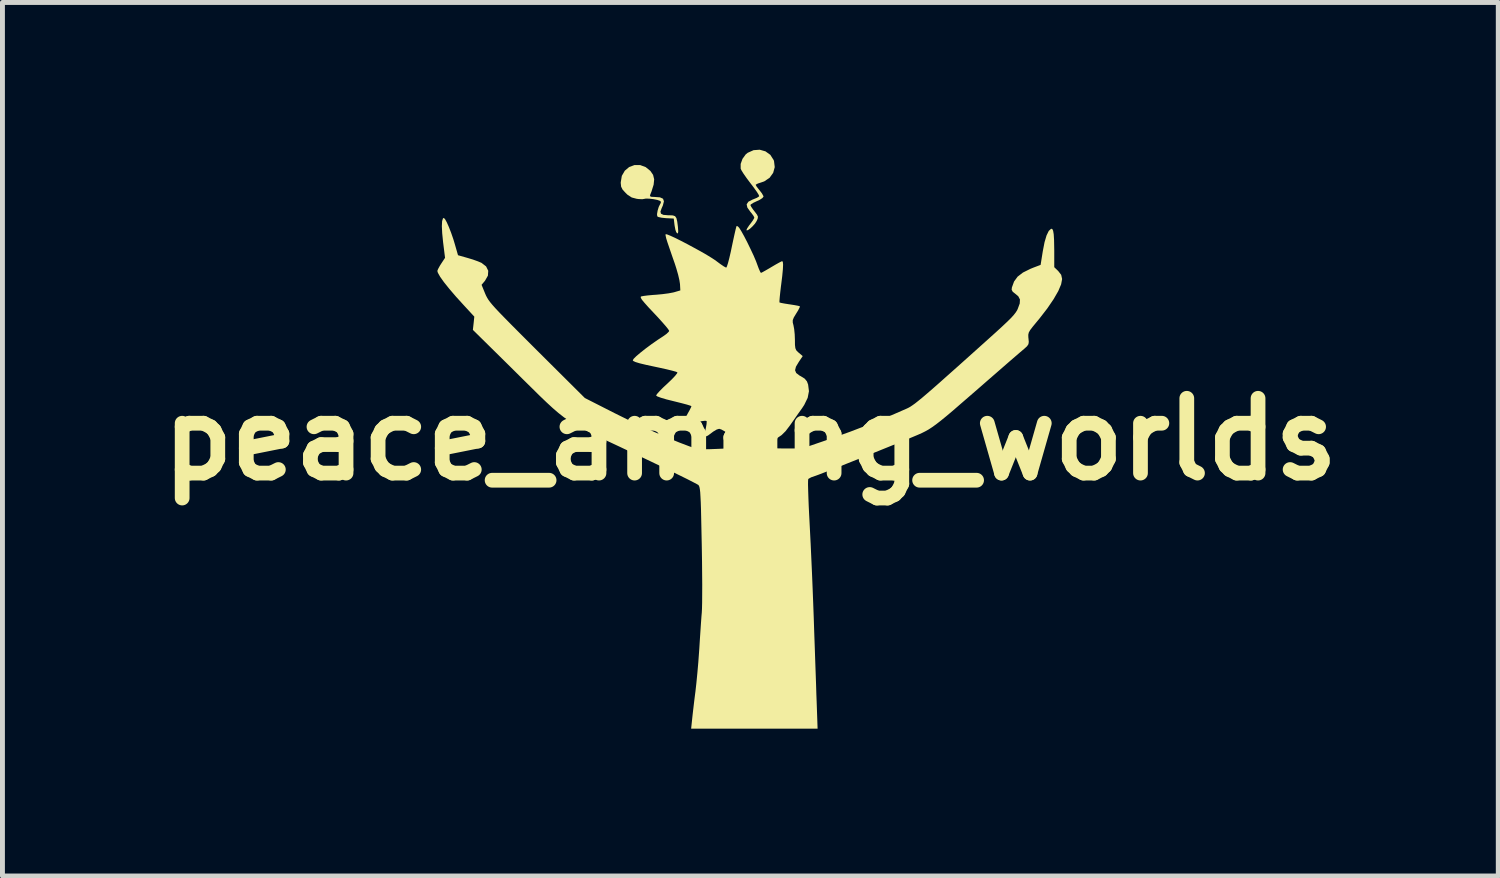
<source format=kicad_pcb>
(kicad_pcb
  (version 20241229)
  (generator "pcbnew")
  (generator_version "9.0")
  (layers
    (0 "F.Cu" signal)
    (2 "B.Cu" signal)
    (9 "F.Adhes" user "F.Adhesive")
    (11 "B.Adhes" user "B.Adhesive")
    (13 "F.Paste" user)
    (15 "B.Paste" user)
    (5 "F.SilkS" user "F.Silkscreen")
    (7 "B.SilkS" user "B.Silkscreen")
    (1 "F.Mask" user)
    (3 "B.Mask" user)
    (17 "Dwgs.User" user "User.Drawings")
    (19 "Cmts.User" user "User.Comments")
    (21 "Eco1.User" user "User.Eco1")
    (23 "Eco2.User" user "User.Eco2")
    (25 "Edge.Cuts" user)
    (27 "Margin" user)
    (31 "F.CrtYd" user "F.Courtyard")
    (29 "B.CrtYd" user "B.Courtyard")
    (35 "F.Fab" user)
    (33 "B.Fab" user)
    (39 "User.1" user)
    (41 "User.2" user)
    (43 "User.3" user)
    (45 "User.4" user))
  (footprint "peace_among_worlds"
    (layer "F.Cu")
    (at 12.236 5.898)
    (property "Reference" "peace_among_worlds" (at 0 0 0) (layer "F.SilkS") (effects (font (size 1.524 1.524) (thickness 0.3))))
    (attr board_only exclude_from_pos_files exclude_from_bom)
    (fp_poly (pts (xy -2.133 -5.544) (xy -2.037 -5.466) (xy -1.982 -5.386) (xy -1.96 -5.295) (xy -1.971 -5.186) (xy -2.014 -5.048) (xy -2.04 -4.983) (xy -2.046 -4.953) (xy -2.02 -4.939) (xy -1.953 -4.936) (xy -1.842 -4.928) (xy -1.78 -4.9) (xy -1.761 -4.847) (xy -1.783 -4.762) (xy -1.807 -4.708) (xy -1.832 -4.639) (xy -1.822 -4.595) (xy -1.772 -4.571) (xy -1.677 -4.563) (xy -1.65 -4.563) (xy -1.579 -4.56) (xy -1.534 -4.544) (xy -1.507 -4.505) (xy -1.49 -4.433) (xy -1.477 -4.333) (xy -1.47 -4.239) (xy -1.475 -4.194) (xy -1.495 -4.199) (xy -1.512 -4.222) (xy -1.528 -4.268) (xy -1.542 -4.343) (xy -1.547 -4.376) (xy -1.561 -4.496) (xy -1.72 -4.504) (xy -1.808 -4.513) (xy -1.873 -4.527) (xy -1.897 -4.541) (xy -1.902 -4.585) (xy -1.89 -4.657) (xy -1.867 -4.733) (xy -1.838 -4.792) (xy -1.833 -4.798) (xy -1.82 -4.835) (xy -1.841 -4.856) (xy -1.894 -4.875) (xy -1.973 -4.891) (xy -2.058 -4.901) (xy -2.128 -4.903) (xy -2.16 -4.897) (xy -2.201 -4.89) (xy -2.274 -4.893) (xy -2.315 -4.898) (xy -2.417 -4.925) (xy -2.502 -4.98) (xy -2.541 -5.017) (xy -2.603 -5.085) (xy -2.633 -5.145) (xy -2.641 -5.219) (xy -2.641 -5.233) (xy -2.619 -5.366) (xy -2.558 -5.471) (xy -2.47 -5.545) (xy -2.363 -5.585) (xy -2.247 -5.586)) (stroke (width 0) (type solid)) (fill yes) (layer "F.SilkS"))
    (fp_poly (pts (xy 0.307 -5.865) (xy 0.406 -5.794) (xy 0.473 -5.689) (xy 0.481 -5.669) (xy 0.496 -5.544) (xy 0.464 -5.427) (xy 0.391 -5.326) (xy 0.282 -5.253) (xy 0.218 -5.231) (xy 0.151 -5.209) (xy 0.112 -5.188) (xy 0.108 -5.182) (xy 0.124 -5.152) (xy 0.165 -5.098) (xy 0.188 -5.07) (xy 0.236 -5.007) (xy 0.264 -4.956) (xy 0.267 -4.942) (xy 0.244 -4.913) (xy 0.186 -4.875) (xy 0.133 -4.851) (xy 0.059 -4.816) (xy 0.011 -4.785) (xy 0 -4.771) (xy 0.016 -4.737) (xy 0.055 -4.679) (xy 0.085 -4.641) (xy 0.134 -4.576) (xy 0.154 -4.534) (xy 0.148 -4.493) (xy 0.127 -4.445) (xy 0.093 -4.392) (xy 0.044 -4.337) (xy -0.008 -4.289) (xy -0.053 -4.259) (xy -0.078 -4.256) (xy -0.08 -4.263) (xy -0.065 -4.297) (xy -0.026 -4.356) (xy 0 -4.389) (xy 0.047 -4.453) (xy 0.076 -4.502) (xy 0.08 -4.516) (xy 0.064 -4.55) (xy 0.023 -4.606) (xy 0 -4.633) (xy -0.062 -4.72) (xy -0.076 -4.786) (xy -0.041 -4.839) (xy 0.047 -4.884) (xy 0.066 -4.891) (xy 0.134 -4.919) (xy 0.175 -4.946) (xy 0.179 -4.953) (xy 0.167 -4.983) (xy 0.128 -5.045) (xy 0.067 -5.13) (xy 0.002 -5.215) (xy -0.074 -5.316) (xy -0.138 -5.407) (xy -0.182 -5.478) (xy -0.198 -5.512) (xy -0.198 -5.609) (xy -0.161 -5.712) (xy -0.096 -5.802) (xy -0.056 -5.835) (xy 0.065 -5.889) (xy 0.19 -5.898)) (stroke (width 0) (type solid)) (fill yes) (layer "F.SilkS"))
    (fp_poly (pts (xy -6.221 -4.485) (xy -6.185 -4.42) (xy -6.142 -4.323) (xy -6.096 -4.205) (xy -6.051 -4.075) (xy -6.021 -3.975) (xy -5.956 -3.749) (xy -5.759 -3.693) (xy -5.65 -3.66) (xy -5.55 -3.624) (xy -5.479 -3.594) (xy -5.477 -3.593) (xy -5.384 -3.521) (xy -5.34 -3.432) (xy -5.347 -3.333) (xy -5.405 -3.231) (xy -5.406 -3.229) (xy -5.476 -3.146) (xy -5.403 -2.967) (xy -5.385 -2.926) (xy -5.364 -2.886) (xy -5.338 -2.843) (xy -5.303 -2.795) (xy -5.256 -2.738) (xy -5.193 -2.667) (xy -5.111 -2.58) (xy -5.007 -2.473) (xy -4.878 -2.342) (xy -4.72 -2.183) (xy -4.53 -1.993) (xy -4.351 -1.814) (xy -3.372 -0.84) (xy -2.76 -0.529) (xy -2.497 -0.399) (xy -2.225 -0.27) (xy -1.953 -0.147) (xy -1.692 -0.034) (xy -1.452 0.065) (xy -1.244 0.144) (xy -1.165 0.171) (xy -1.102 0.189) (xy -1.03 0.2) (xy -0.94 0.204) (xy -0.819 0.202) (xy -0.665 0.196) (xy -0.293 0.179) (xy -0.293 0.092) (xy -0.3 0.04) (xy -0.326 -0.006) (xy -0.381 -0.058) (xy -0.439 -0.104) (xy -0.52 -0.159) (xy -0.591 -0.199) (xy -0.636 -0.213) (xy -0.686 -0.198) (xy -0.755 -0.157) (xy -0.787 -0.133) (xy -0.865 -0.075) (xy -0.911 -0.055) (xy -0.93 -0.076) (xy -0.926 -0.141) (xy -0.906 -0.235) (xy -0.893 -0.31) (xy -0.89 -0.362) (xy -0.893 -0.372) (xy -0.923 -0.377) (xy -0.989 -0.369) (xy -1.046 -0.356) (xy -1.16 -0.332) (xy -1.257 -0.322) (xy -1.328 -0.325) (xy -1.36 -0.342) (xy -1.361 -0.347) (xy -1.348 -0.383) (xy -1.316 -0.45) (xy -1.281 -0.516) (xy -1.238 -0.593) (xy -1.209 -0.651) (xy -1.201 -0.674) (xy -1.225 -0.685) (xy -1.292 -0.706) (xy -1.393 -0.733) (xy -1.517 -0.764) (xy -1.561 -0.775) (xy -1.71 -0.812) (xy -1.824 -0.846) (xy -1.896 -0.873) (xy -1.921 -0.892) (xy -1.902 -0.922) (xy -1.851 -0.979) (xy -1.776 -1.055) (xy -1.692 -1.133) (xy -1.601 -1.22) (xy -1.533 -1.292) (xy -1.493 -1.343) (xy -1.487 -1.364) (xy -1.52 -1.377) (xy -1.596 -1.398) (xy -1.706 -1.425) (xy -1.841 -1.455) (xy -1.949 -1.478) (xy -2.126 -1.516) (xy -2.255 -1.547) (xy -2.34 -1.573) (xy -2.385 -1.594) (xy -2.396 -1.608) (xy -2.378 -1.639) (xy -2.324 -1.693) (xy -2.24 -1.764) (xy -2.135 -1.847) (xy -2.015 -1.936) (xy -1.889 -2.024) (xy -1.779 -2.096) (xy -1.71 -2.145) (xy -1.665 -2.188) (xy -1.654 -2.208) (xy -1.672 -2.238) (xy -1.72 -2.299) (xy -1.794 -2.384) (xy -1.886 -2.486) (xy -1.963 -2.568) (xy -2.077 -2.689) (xy -2.157 -2.779) (xy -2.208 -2.84) (xy -2.232 -2.88) (xy -2.234 -2.902) (xy -2.223 -2.91) (xy -2.176 -2.919) (xy -2.09 -2.93) (xy -1.981 -2.94) (xy -1.92 -2.944) (xy -1.792 -2.956) (xy -1.67 -2.972) (xy -1.573 -2.99) (xy -1.546 -2.997) (xy -1.427 -3.032) (xy -1.434 -3.161) (xy -1.446 -3.24) (xy -1.472 -3.352) (xy -1.509 -3.481) (xy -1.538 -3.572) (xy -1.585 -3.706) (xy -1.631 -3.84) (xy -1.67 -3.954) (xy -1.689 -4.009) (xy -1.715 -4.093) (xy -1.728 -4.154) (xy -1.727 -4.178) (xy -1.698 -4.173) (xy -1.63 -4.146) (xy -1.532 -4.101) (xy -1.414 -4.042) (xy -1.281 -3.973) (xy -1.144 -3.899) (xy -1.009 -3.825) (xy -0.886 -3.754) (xy -0.782 -3.69) (xy -0.706 -3.64) (xy -0.694 -3.63) (xy -0.61 -3.568) (xy -0.541 -3.521) (xy -0.498 -3.498) (xy -0.492 -3.496) (xy -0.478 -3.521) (xy -0.456 -3.589) (xy -0.429 -3.692) (xy -0.399 -3.821) (xy -0.38 -3.913) (xy -0.35 -4.055) (xy -0.323 -4.178) (xy -0.301 -4.274) (xy -0.286 -4.331) (xy -0.281 -4.344) (xy -0.256 -4.337) (xy -0.228 -4.307) (xy -0.185 -4.239) (xy -0.127 -4.135) (xy -0.062 -4.009) (xy 0.004 -3.873) (xy 0.066 -3.741) (xy 0.115 -3.626) (xy 0.136 -3.569) (xy 0.169 -3.48) (xy 0.197 -3.416) (xy 0.214 -3.389) (xy 0.214 -3.388) (xy 0.242 -3.401) (xy 0.305 -3.436) (xy 0.39 -3.485) (xy 0.428 -3.508) (xy 0.52 -3.562) (xy 0.594 -3.603) (xy 0.64 -3.626) (xy 0.647 -3.628) (xy 0.661 -3.612) (xy 0.666 -3.558) (xy 0.662 -3.465) (xy 0.649 -3.327) (xy 0.626 -3.14) (xy 0.624 -3.128) (xy 0.609 -3.001) (xy 0.598 -2.895) (xy 0.592 -2.821) (xy 0.592 -2.787) (xy 0.593 -2.787) (xy 0.623 -2.778) (xy 0.691 -2.765) (xy 0.785 -2.75) (xy 0.8 -2.748) (xy 0.897 -2.733) (xy 0.971 -2.719) (xy 1.008 -2.709) (xy 1.009 -2.708) (xy 1.002 -2.682) (xy 0.972 -2.624) (xy 0.933 -2.561) (xy 0.885 -2.482) (xy 0.863 -2.427) (xy 0.863 -2.378) (xy 0.877 -2.323) (xy 0.892 -2.244) (xy 0.903 -2.136) (xy 0.907 -2.025) (xy 0.908 -1.922) (xy 0.916 -1.856) (xy 0.934 -1.813) (xy 0.968 -1.777) (xy 0.987 -1.761) (xy 1.066 -1.694) (xy 0.987 -1.577) (xy 0.928 -1.478) (xy 0.91 -1.406) (xy 0.933 -1.35) (xy 0.999 -1.299) (xy 1.027 -1.284) (xy 1.107 -1.234) (xy 1.152 -1.179) (xy 1.176 -1.114) (xy 1.193 -0.979) (xy 1.167 -0.844) (xy 1.097 -0.7) (xy 1.052 -0.631) (xy 0.976 -0.525) (xy 0.889 -0.4) (xy 0.808 -0.284) (xy 0.804 -0.279) (xy 0.717 -0.165) (xy 0.636 -0.085) (xy 0.546 -0.024) (xy 0.53 -0.015) (xy 0.453 0.026) (xy 0.398 0.057) (xy 0.378 0.069) (xy 0.377 0.096) (xy 0.386 0.131) (xy 0.397 0.155) (xy 0.418 0.17) (xy 0.457 0.18) (xy 0.526 0.185) (xy 0.632 0.187) (xy 0.73 0.187) (xy 1.057 0.187) (xy 1.629 -0.009) (xy 2.034 -0.154) (xy 2.456 -0.316) (xy 2.87 -0.487) (xy 3.188 -0.626) (xy 3.223 -0.643) (xy 3.26 -0.664) (xy 3.303 -0.693) (xy 3.355 -0.73) (xy 3.418 -0.78) (xy 3.497 -0.844) (xy 3.592 -0.925) (xy 3.709 -1.026) (xy 3.849 -1.149) (xy 4.015 -1.297) (xy 4.211 -1.471) (xy 4.44 -1.676) (xy 4.703 -1.912) (xy 4.829 -2.025) (xy 4.998 -2.177) (xy 5.131 -2.299) (xy 5.234 -2.396) (xy 5.311 -2.472) (xy 5.366 -2.533) (xy 5.405 -2.583) (xy 5.433 -2.627) (xy 5.446 -2.655) (xy 5.487 -2.766) (xy 5.491 -2.848) (xy 5.457 -2.913) (xy 5.403 -2.958) (xy 5.344 -3.005) (xy 5.322 -3.046) (xy 5.327 -3.092) (xy 5.371 -3.213) (xy 5.443 -3.312) (xy 5.552 -3.396) (xy 5.703 -3.471) (xy 5.764 -3.496) (xy 5.912 -3.552) (xy 5.957 -3.833) (xy 5.992 -4.013) (xy 6.033 -4.152) (xy 6.078 -4.244) (xy 6.126 -4.288) (xy 6.127 -4.288) (xy 6.15 -4.283) (xy 6.167 -4.247) (xy 6.179 -4.176) (xy 6.186 -4.063) (xy 6.189 -3.903) (xy 6.19 -3.84) (xy 6.19 -3.505) (xy 6.27 -3.428) (xy 6.331 -3.35) (xy 6.35 -3.265) (xy 6.35 -3.263) (xy 6.33 -3.156) (xy 6.272 -3.019) (xy 6.177 -2.854) (xy 6.049 -2.666) (xy 5.889 -2.459) (xy 5.83 -2.388) (xy 5.75 -2.291) (xy 5.699 -2.224) (xy 5.671 -2.174) (xy 5.661 -2.13) (xy 5.662 -2.079) (xy 5.665 -2.051) (xy 5.671 -1.983) (xy 5.664 -1.937) (xy 5.636 -1.895) (xy 5.579 -1.843) (xy 5.541 -1.811) (xy 5.488 -1.766) (xy 5.401 -1.691) (xy 5.285 -1.591) (xy 5.146 -1.47) (xy 4.991 -1.335) (xy 4.824 -1.19) (xy 4.703 -1.084) (xy 4.475 -0.886) (xy 4.283 -0.72) (xy 4.123 -0.581) (xy 3.989 -0.468) (xy 3.877 -0.377) (xy 3.783 -0.304) (xy 3.702 -0.246) (xy 3.63 -0.199) (xy 3.562 -0.161) (xy 3.494 -0.127) (xy 3.422 -0.095) (xy 3.363 -0.07) (xy 3.205 -0.004) (xy 3.023 0.071) (xy 2.823 0.152) (xy 2.613 0.237) (xy 2.399 0.323) (xy 2.187 0.408) (xy 1.983 0.489) (xy 1.795 0.564) (xy 1.628 0.63) (xy 1.49 0.683) (xy 1.386 0.723) (xy 1.323 0.746) (xy 1.314 0.749) (xy 1.239 0.775) (xy 1.188 0.803) (xy 1.179 0.811) (xy 1.175 0.844) (xy 1.174 0.924) (xy 1.177 1.043) (xy 1.182 1.196) (xy 1.189 1.375) (xy 1.199 1.573) (xy 1.204 1.668) (xy 1.215 1.881) (xy 1.228 2.137) (xy 1.241 2.423) (xy 1.255 2.729) (xy 1.268 3.042) (xy 1.28 3.352) (xy 1.291 3.646) (xy 1.293 3.709) (xy 1.302 3.98) (xy 1.312 4.254) (xy 1.321 4.52) (xy 1.33 4.772) (xy 1.338 5) (xy 1.344 5.196) (xy 1.35 5.352) (xy 1.352 5.41) (xy 1.369 5.896) (xy -1.207 5.896) (xy -1.188 5.716) (xy -1.178 5.623) (xy -1.163 5.492) (xy -1.145 5.34) (xy -1.125 5.181) (xy -1.119 5.136) (xy -1.1 4.965) (xy -1.08 4.761) (xy -1.061 4.545) (xy -1.046 4.34) (xy -1.04 4.256) (xy -1.029 4.079) (xy -1.017 3.9) (xy -1.006 3.735) (xy -0.996 3.598) (xy -0.99 3.531) (xy -0.986 3.452) (xy -0.983 3.326) (xy -0.982 3.161) (xy -0.981 2.964) (xy -0.983 2.742) (xy -0.985 2.502) (xy -0.989 2.251) (xy -0.991 2.132) (xy -0.997 1.851) (xy -1.002 1.619) (xy -1.006 1.431) (xy -1.011 1.282) (xy -1.017 1.167) (xy -1.022 1.081) (xy -1.029 1.02) (xy -1.037 0.978) (xy -1.046 0.951) (xy -1.057 0.935) (xy -1.06 0.931) (xy -1.093 0.912) (xy -1.169 0.872) (xy -1.284 0.813) (xy -1.434 0.739) (xy -1.613 0.652) (xy -1.818 0.553) (xy -2.043 0.445) (xy -2.284 0.331) (xy -2.399 0.277) (xy -2.676 0.146) (xy -2.913 0.035) (xy -3.116 -0.061) (xy -3.288 -0.146) (xy -3.437 -0.223) (xy -3.568 -0.296) (xy -3.687 -0.37) (xy -3.799 -0.448) (xy -3.91 -0.535) (xy -4.025 -0.634) (xy -4.151 -0.75) (xy -4.292 -0.885) (xy -4.455 -1.046) (xy -4.646 -1.234) (xy -4.869 -1.455) (xy -4.887 -1.473) (xy -5.653 -2.228) (xy -5.638 -2.363) (xy -5.624 -2.498) (xy -5.837 -2.729) (xy -5.998 -2.906) (xy -6.134 -3.065) (xy -6.243 -3.201) (xy -6.321 -3.311) (xy -6.366 -3.391) (xy -6.377 -3.428) (xy -6.363 -3.466) (xy -6.327 -3.532) (xy -6.298 -3.578) (xy -6.22 -3.696) (xy -6.26 -4.016) (xy -6.278 -4.196) (xy -6.285 -4.34) (xy -6.28 -4.442) (xy -6.263 -4.498) (xy -6.246 -4.509)) (stroke (width 0) (type solid)) (fill yes) (layer "F.SilkS")))
  (gr_rect
    (start -3 -3)
    (end 27.471 14.794)
    (stroke (width 0.1) (type default))
    (fill no)
    (layer "Edge.Cuts")))
</source>
